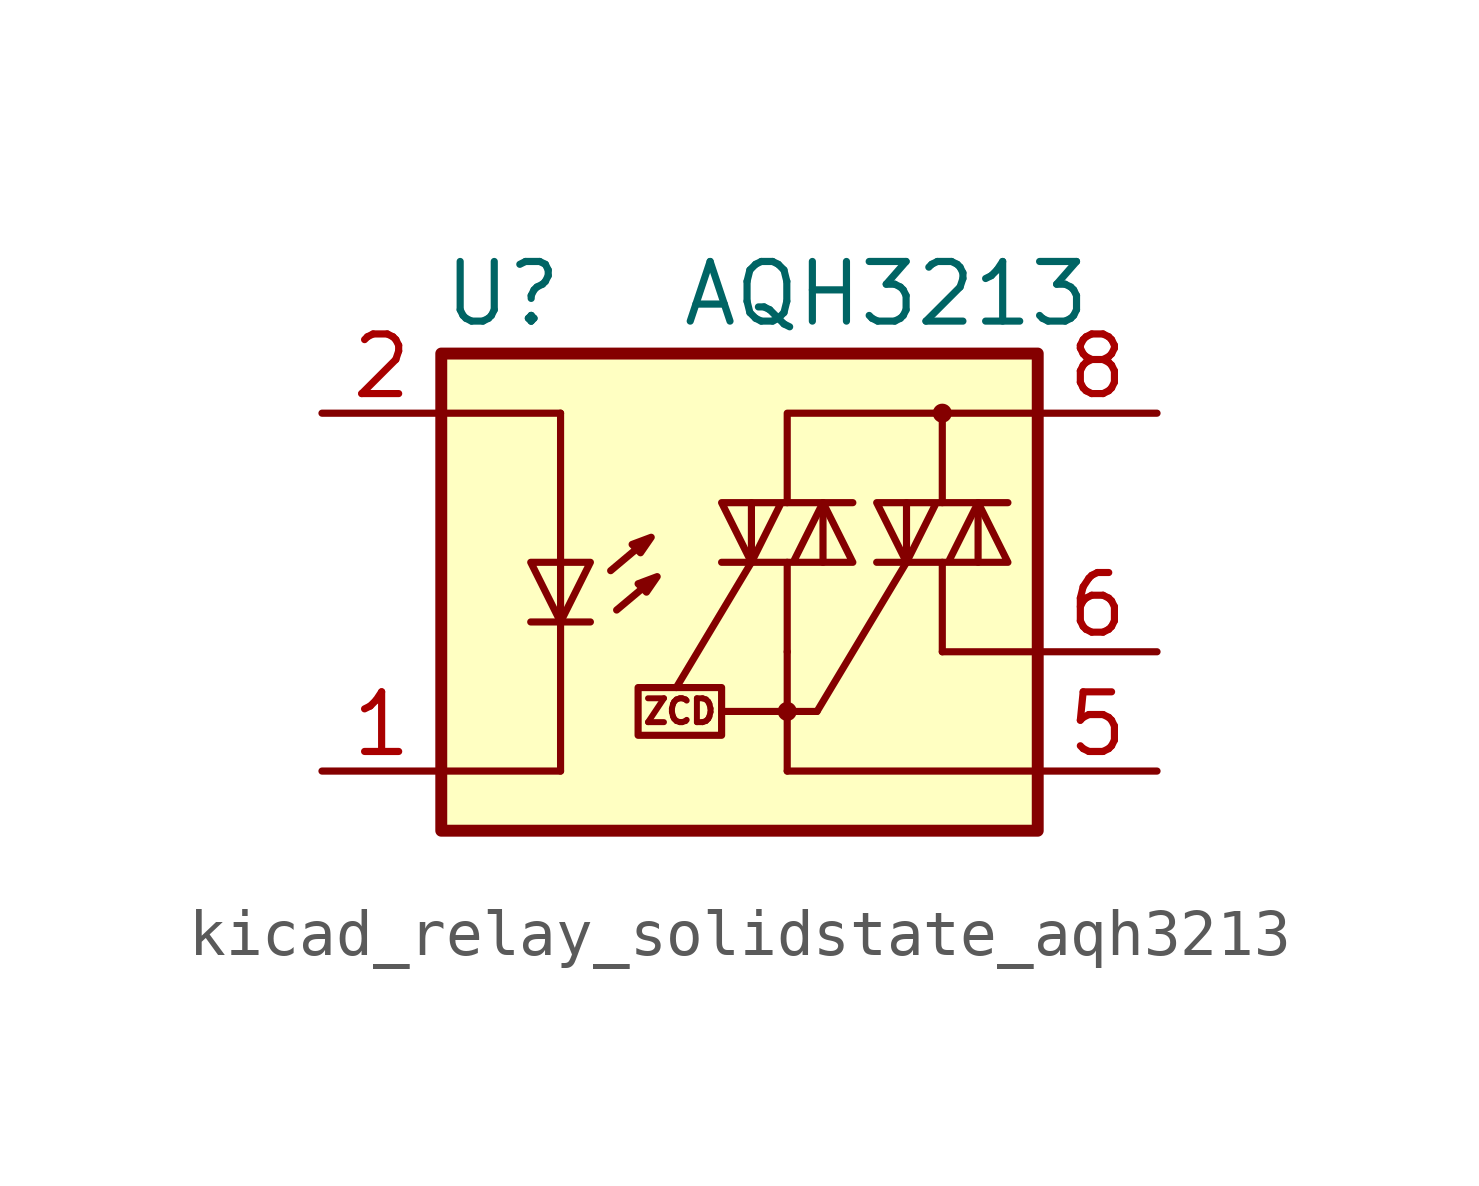
<source format=kicad_sym>
(kicad_symbol_lib
  (version 20220914)
  (generator kicad_symbol_editor)
  (symbol "kicad_relay_solidstate_aqh3213"
    (property "Reference" "U"
      (at -7.62 5.08 0)
      (effects (font (size 1.27 1.27)) (justify left)))
    (property "Value" "AQH3213"
      (at -2.54 5.08 0)
      (effects (font (size 1.27 1.27)) (justify left)))
    (symbol "kicad_relay_solidstate_aqh3213_0_0"
      (rectangle (start -3.429 -3.302) (end -1.651 -4.318) (stroke (width 0) (type default)) (fill (type none)))
      (text "ZCD" (at -2.54 -3.81 0) (effects (font (size 0.508 0.508)))))
    (symbol "kicad_relay_solidstate_aqh3213_0_1"
      (rectangle (start -7.62 3.81) (end 5.08 -6.35) (stroke (width 0.254) (type default)) (fill (type background)))
      (polyline (pts (xy -5.715 -1.905) (xy -4.445 -1.905)) (stroke (width 0) (type default)) (fill (type none)))
      (polyline (pts (xy -5.08 -5.08) (xy -7.62 -5.08)) (stroke (width 0) (type default)) (fill (type none)))
      (polyline (pts (xy -5.08 -1.905) (xy -5.08 -5.08)) (stroke (width 0) (type default)) (fill (type none)))
      (polyline (pts (xy -5.08 -0.635) (xy -5.08 -1.905)) (stroke (width 0) (type default)) (fill (type none)))
      (polyline (pts (xy -5.08 -0.635) (xy -5.08 2.54)) (stroke (width 0) (type default)) (fill (type none)))
      (polyline (pts (xy -5.08 2.54) (xy -7.493 2.54)) (stroke (width 0) (type default)) (fill (type none)))
      (polyline (pts (xy -3.251 -1.118) (xy -3.886 -1.651)) (stroke (width 0) (type default)) (fill (type none)))
      (polyline (pts (xy -1.651 -3.81) (xy -0.254 -3.81)) (stroke (width 0) (type default)) (fill (type none)))
      (polyline (pts (xy -1.016 -0.635) (xy -2.616 -3.302)) (stroke (width 0) (type default)) (fill (type none)))
      (polyline (pts (xy -1.016 -0.635) (xy -1.016 0.635)) (stroke (width 0) (type default)) (fill (type none)))
      (polyline (pts (xy -0.254 -3.81) (xy 0.381 -3.81)) (stroke (width 0) (type default)) (fill (type none)))
      (polyline (pts (xy -0.254 -2.54) (xy -0.254 -5.08)) (stroke (width 0) (type default)) (fill (type none)))
      (polyline (pts (xy -0.254 -2.54) (xy -0.254 -0.635)) (stroke (width 0) (type default)) (fill (type none)))
      (polyline (pts (xy 0.381 -3.81) (xy 2.286 -0.635)) (stroke (width 0) (type default)) (fill (type none)))
      (polyline (pts (xy 0.508 0.635) (xy 0.508 -0.635)) (stroke (width 0) (type default)) (fill (type none)))
      (polyline (pts (xy 3.048 -2.54) (xy 5.08 -2.54)) (stroke (width 0) (type default)) (fill (type none)))
      (polyline (pts (xy 3.048 -0.635) (xy 3.048 -2.54)) (stroke (width 0) (type default)) (fill (type none)))
      (polyline (pts (xy 3.048 2.54) (xy 3.048 0.635)) (stroke (width 0) (type default)) (fill (type none)))
      (polyline (pts (xy 5.08 -5.08) (xy -0.254 -5.08)) (stroke (width 0) (type default)) (fill (type none)))
      (polyline (pts (xy 5.08 2.54) (xy 3.048 2.54)) (stroke (width 0) (type default)) (fill (type none)))
      (polyline (pts (xy 3.048 2.54) (xy -0.254 2.54) (xy -0.254 0.635)) (stroke (width 0) (type default)) (fill (type none)))
      (polyline (pts (xy -5.08 -1.905) (xy -5.715 -0.635) (xy -4.445 -0.635) (xy -5.08 -1.905)) (stroke (width 0) (type default)) (fill (type none)))
      (polyline (pts (xy -3.429 -1.092) (xy -3.251 -1.27) (xy -3.023 -0.94) (xy -3.429 -1.092)) (stroke (width 0) (type default)) (fill (type none)))
      (polyline (pts (xy -1.651 -0.635) (xy 1.143 -0.635) (xy 0.508 0.635) (xy -0.127 -0.635)) (stroke (width 0) (type default)) (fill (type none)))
      (polyline (pts (xy 1.143 0.635) (xy -1.651 0.635) (xy -1.016 -0.635) (xy -0.381 0.635)) (stroke (width 0) (type default)) (fill (type none))))
    (symbol "kicad_relay_solidstate_aqh3213_1_1"
      (circle (center -0.254 -3.81) (radius 0.127) (stroke (width 0) (type default)) (fill (type none)))
      (polyline (pts (xy -3.378 -0.279) (xy -4.013 -0.813)) (stroke (width 0) (type default)) (fill (type none)))
      (polyline (pts (xy 2.286 -0.635) (xy 2.286 0.635)) (stroke (width 0) (type default)) (fill (type none)))
      (polyline (pts (xy 3.81 0.635) (xy 3.81 -0.635)) (stroke (width 0) (type default)) (fill (type none)))
      (polyline (pts (xy -3.556 -0.254) (xy -3.378 -0.432) (xy -3.15 -0.102) (xy -3.556 -0.254)) (stroke (width 0) (type default)) (fill (type none)))
      (polyline (pts (xy 1.651 -0.635) (xy 4.445 -0.635) (xy 3.81 0.635) (xy 3.175 -0.635)) (stroke (width 0) (type default)) (fill (type none)))
      (polyline (pts (xy 4.445 0.635) (xy 1.651 0.635) (xy 2.286 -0.635) (xy 2.921 0.635)) (stroke (width 0) (type default)) (fill (type none)))
      (circle (center 3.048 2.54) (radius 0.127) (stroke (width 0) (type default)) (fill (type none)))
      (pin passive line (at -10.16 -5.08 0) (length 2.54) (name "~" (effects (font (size 1.27 1.27)))) (number "1" (effects (font (size 1.27 1.27)))))
      (pin passive line (at -10.16 2.54 0) (length 2.54) (name "~" (effects (font (size 1.27 1.27)))) (number "2" (effects (font (size 1.27 1.27)))))
      (pin passive line (at -10.16 -5.08 0) (length 2.54) hide (name "~" (effects (font (size 1.27 1.27)))) (number "3" (effects (font (size 1.27 1.27)))))
      (pin passive line (at -10.16 -5.08 0) (length 2.54) hide (name "~" (effects (font (size 1.27 1.27)))) (number "4" (effects (font (size 1.27 1.27)))))
      (pin passive line (at 7.62 -5.08 180) (length 2.54) (name "~" (effects (font (size 1.27 1.27)))) (number "5" (effects (font (size 1.27 1.27)))))
      (pin passive line (at 7.62 -2.54 180) (length 2.54) (name "~" (effects (font (size 1.27 1.27)))) (number "6" (effects (font (size 1.27 1.27)))))
      (pin passive line (at 7.62 2.54 180) (length 2.54) (name "~" (effects (font (size 1.27 1.27)))) (number "8" (effects (font (size 1.27 1.27))))))))
</source>
